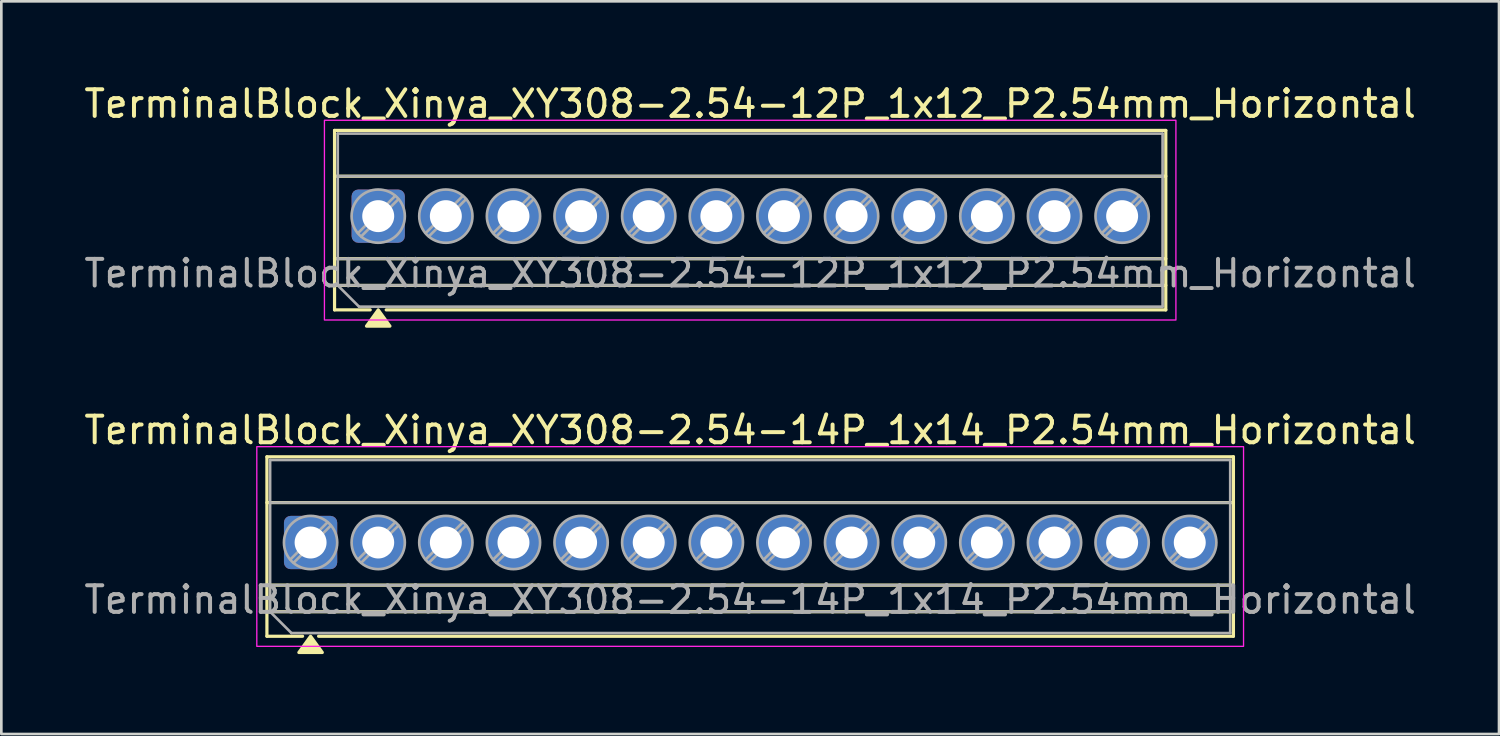
<source format=kicad_pcb>
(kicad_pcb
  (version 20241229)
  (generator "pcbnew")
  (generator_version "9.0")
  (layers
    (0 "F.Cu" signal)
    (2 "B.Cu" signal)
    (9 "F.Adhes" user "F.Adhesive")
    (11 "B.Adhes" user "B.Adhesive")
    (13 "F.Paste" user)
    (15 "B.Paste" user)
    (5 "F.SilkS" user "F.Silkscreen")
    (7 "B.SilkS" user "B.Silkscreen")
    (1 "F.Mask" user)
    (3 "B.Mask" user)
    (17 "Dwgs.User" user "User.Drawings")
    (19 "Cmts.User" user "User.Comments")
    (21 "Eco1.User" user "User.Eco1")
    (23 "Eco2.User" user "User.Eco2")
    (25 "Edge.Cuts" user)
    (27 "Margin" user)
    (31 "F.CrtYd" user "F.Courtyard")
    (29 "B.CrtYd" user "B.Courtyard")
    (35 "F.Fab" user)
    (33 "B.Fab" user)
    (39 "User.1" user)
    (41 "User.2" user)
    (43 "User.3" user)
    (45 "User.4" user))
  (footprint "TerminalBlock_Xinya_XY308-2.54-12P_1x12_P2.54mm_Horizontal"
    (layer "F.Cu")
    (at 11.155 5.068)
    (property "Reference" "TerminalBlock_Xinya_XY308-2.54-12P_1x12_P2.54mm_Horizontal" (at 13.97 -4.22 0) (layer "F.SilkS") (effects (font (size 1 1) (thickness 0.15))))
    (attr through_hole)
    (fp_line (start -1.64 -3.22) (end 29.58 -3.22) (stroke (width 0.12) (type solid)) (layer "F.SilkS"))
    (fp_line (start -1.64 -1.5) (end 29.58 -1.5) (stroke (width 0.12) (type solid)) (layer "F.SilkS"))
    (fp_line (start -1.64 1.6) (end 29.58 1.6) (stroke (width 0.12) (type solid)) (layer "F.SilkS"))
    (fp_line (start -1.64 2.6) (end 29.58 2.6) (stroke (width 0.12) (type solid)) (layer "F.SilkS"))
    (fp_line (start -1.64 3.52) (end -1.64 -3.22) (stroke (width 0.12) (type solid)) (layer "F.SilkS"))
    (fp_line (start -0.3 3.52) (end -1.64 3.52) (stroke (width 0.12) (type solid)) (layer "F.SilkS"))
    (fp_line (start 29.58 -3.22) (end 29.58 3.52) (stroke (width 0.12) (type solid)) (layer "F.SilkS"))
    (fp_line (start 29.58 3.52) (end 0.3 3.52) (stroke (width 0.12) (type solid)) (layer "F.SilkS"))
    (fp_poly (pts (xy 0 3.52) (xy 0.44 4.13) (xy -0.44 4.13)) (stroke (width 0.12) (type solid)) (fill yes) (layer "F.SilkS"))
    (fp_rect (start -2.02 -3.6) (end 29.96 3.9) (stroke (width 0.05) (type solid)) (fill no) (layer "F.CrtYd"))
    (fp_line (start -1.52 -3.1) (end 29.46 -3.1) (stroke (width 0.1) (type solid)) (layer "F.Fab"))
    (fp_line (start -1.52 -1.5) (end 29.46 -1.5) (stroke (width 0.1) (type solid)) (layer "F.Fab"))
    (fp_line (start -1.52 1.6) (end 29.46 1.6) (stroke (width 0.1) (type solid)) (layer "F.Fab"))
    (fp_line (start -1.52 2.6) (end -1.52 -3.1) (stroke (width 0.1) (type solid)) (layer "F.Fab"))
    (fp_line (start -1.52 2.6) (end 29.46 2.6) (stroke (width 0.1) (type solid)) (layer "F.Fab"))
    (fp_line (start -0.72 3.4) (end -1.52 2.6) (stroke (width 0.1) (type solid)) (layer "F.Fab"))
    (fp_line (start 0.636 -0.758) (end -0.758 0.636) (stroke (width 0.1) (type solid)) (layer "F.Fab"))
    (fp_line (start 0.758 -0.636) (end -0.636 0.758) (stroke (width 0.1) (type solid)) (layer "F.Fab"))
    (fp_line (start 3.176 -0.758) (end 1.782 0.636) (stroke (width 0.1) (type solid)) (layer "F.Fab"))
    (fp_line (start 3.298 -0.636) (end 1.904 0.758) (stroke (width 0.1) (type solid)) (layer "F.Fab"))
    (fp_line (start 5.716 -0.758) (end 4.322 0.636) (stroke (width 0.1) (type solid)) (layer "F.Fab"))
    (fp_line (start 5.838 -0.636) (end 4.444 0.758) (stroke (width 0.1) (type solid)) (layer "F.Fab"))
    (fp_line (start 8.256 -0.758) (end 6.862 0.636) (stroke (width 0.1) (type solid)) (layer "F.Fab"))
    (fp_line (start 8.378 -0.636) (end 6.984 0.758) (stroke (width 0.1) (type solid)) (layer "F.Fab"))
    (fp_line (start 10.796 -0.758) (end 9.402 0.636) (stroke (width 0.1) (type solid)) (layer "F.Fab"))
    (fp_line (start 10.918 -0.636) (end 9.524 0.758) (stroke (width 0.1) (type solid)) (layer "F.Fab"))
    (fp_line (start 13.336 -0.758) (end 11.942 0.636) (stroke (width 0.1) (type solid)) (layer "F.Fab"))
    (fp_line (start 13.458 -0.636) (end 12.064 0.758) (stroke (width 0.1) (type solid)) (layer "F.Fab"))
    (fp_line (start 15.876 -0.758) (end 14.482 0.636) (stroke (width 0.1) (type solid)) (layer "F.Fab"))
    (fp_line (start 15.998 -0.636) (end 14.604 0.758) (stroke (width 0.1) (type solid)) (layer "F.Fab"))
    (fp_line (start 18.416 -0.758) (end 17.022 0.636) (stroke (width 0.1) (type solid)) (layer "F.Fab"))
    (fp_line (start 18.538 -0.636) (end 17.144 0.758) (stroke (width 0.1) (type solid)) (layer "F.Fab"))
    (fp_line (start 20.956 -0.758) (end 19.562 0.636) (stroke (width 0.1) (type solid)) (layer "F.Fab"))
    (fp_line (start 21.078 -0.636) (end 19.684 0.758) (stroke (width 0.1) (type solid)) (layer "F.Fab"))
    (fp_line (start 23.496 -0.758) (end 22.102 0.636) (stroke (width 0.1) (type solid)) (layer "F.Fab"))
    (fp_line (start 23.618 -0.636) (end 22.224 0.758) (stroke (width 0.1) (type solid)) (layer "F.Fab"))
    (fp_line (start 26.036 -0.758) (end 24.642 0.636) (stroke (width 0.1) (type solid)) (layer "F.Fab"))
    (fp_line (start 26.158 -0.636) (end 24.764 0.758) (stroke (width 0.1) (type solid)) (layer "F.Fab"))
    (fp_line (start 28.576 -0.758) (end 27.182 0.636) (stroke (width 0.1) (type solid)) (layer "F.Fab"))
    (fp_line (start 28.698 -0.636) (end 27.304 0.758) (stroke (width 0.1) (type solid)) (layer "F.Fab"))
    (fp_line (start 29.46 -3.1) (end 29.46 3.4) (stroke (width 0.1) (type solid)) (layer "F.Fab"))
    (fp_line (start 29.46 3.4) (end -0.72 3.4) (stroke (width 0.1) (type solid)) (layer "F.Fab"))
    (fp_circle (center 0 0) (end 1 0) (stroke (width 0.1) (type solid)) (fill no) (layer "F.Fab"))
    (fp_circle (center 2.54 0) (end 3.54 0) (stroke (width 0.1) (type solid)) (fill no) (layer "F.Fab"))
    (fp_circle (center 5.08 0) (end 6.08 0) (stroke (width 0.1) (type solid)) (fill no) (layer "F.Fab"))
    (fp_circle (center 7.62 0) (end 8.62 0) (stroke (width 0.1) (type solid)) (fill no) (layer "F.Fab"))
    (fp_circle (center 10.16 0) (end 11.16 0) (stroke (width 0.1) (type solid)) (fill no) (layer "F.Fab"))
    (fp_circle (center 12.7 0) (end 13.7 0) (stroke (width 0.1) (type solid)) (fill no) (layer "F.Fab"))
    (fp_circle (center 15.24 0) (end 16.24 0) (stroke (width 0.1) (type solid)) (fill no) (layer "F.Fab"))
    (fp_circle (center 17.78 0) (end 18.78 0) (stroke (width 0.1) (type solid)) (fill no) (layer "F.Fab"))
    (fp_circle (center 20.32 0) (end 21.32 0) (stroke (width 0.1) (type solid)) (fill no) (layer "F.Fab"))
    (fp_circle (center 22.86 0) (end 23.86 0) (stroke (width 0.1) (type solid)) (fill no) (layer "F.Fab"))
    (fp_circle (center 25.4 0) (end 26.4 0) (stroke (width 0.1) (type solid)) (fill no) (layer "F.Fab"))
    (fp_circle (center 27.94 0) (end 28.94 0) (stroke (width 0.1) (type solid)) (fill no) (layer "F.Fab"))
    (fp_text user "${REFERENCE}" (at 13.97 2.15 0) (layer "F.Fab") (effects (font (size 1 1) (thickness 0.15))))
    (pad "1" thru_hole roundrect (at 0 0) (size 2 2) (drill 1.2) (layers "*.Cu" "*.Mask") (roundrect_rratio 0.125))
    (pad "2" thru_hole circle (at 2.54 0) (size 2 2) (drill 1.2) (layers "*.Cu" "*.Mask"))
    (pad "3" thru_hole circle (at 5.08 0) (size 2 2) (drill 1.2) (layers "*.Cu" "*.Mask"))
    (pad "4" thru_hole circle (at 7.62 0) (size 2 2) (drill 1.2) (layers "*.Cu" "*.Mask"))
    (pad "5" thru_hole circle (at 10.16 0) (size 2 2) (drill 1.2) (layers "*.Cu" "*.Mask"))
    (pad "6" thru_hole circle (at 12.7 0) (size 2 2) (drill 1.2) (layers "*.Cu" "*.Mask"))
    (pad "7" thru_hole circle (at 15.24 0) (size 2 2) (drill 1.2) (layers "*.Cu" "*.Mask"))
    (pad "8" thru_hole circle (at 17.78 0) (size 2 2) (drill 1.2) (layers "*.Cu" "*.Mask"))
    (pad "9" thru_hole circle (at 20.32 0) (size 2 2) (drill 1.2) (layers "*.Cu" "*.Mask"))
    (pad "10" thru_hole circle (at 22.86 0) (size 2 2) (drill 1.2) (layers "*.Cu" "*.Mask"))
    (pad "11" thru_hole circle (at 25.4 0) (size 2 2) (drill 1.2) (layers "*.Cu" "*.Mask"))
    (pad "12" thru_hole circle (at 27.94 0) (size 2 2) (drill 1.2) (layers "*.Cu" "*.Mask")))
  (footprint "TerminalBlock_Xinya_XY308-2.54-14P_1x14_P2.54mm_Horizontal"
    (layer "F.Cu")
    (at 8.615 17.326)
    (property "Reference" "TerminalBlock_Xinya_XY308-2.54-14P_1x14_P2.54mm_Horizontal" (at 16.51 -4.22 0) (layer "F.SilkS") (effects (font (size 1 1) (thickness 0.15))))
    (attr through_hole)
    (fp_line (start -1.64 -3.22) (end 34.66 -3.22) (stroke (width 0.12) (type solid)) (layer "F.SilkS"))
    (fp_line (start -1.64 -1.5) (end 34.66 -1.5) (stroke (width 0.12) (type solid)) (layer "F.SilkS"))
    (fp_line (start -1.64 1.6) (end 34.66 1.6) (stroke (width 0.12) (type solid)) (layer "F.SilkS"))
    (fp_line (start -1.64 2.6) (end 34.66 2.6) (stroke (width 0.12) (type solid)) (layer "F.SilkS"))
    (fp_line (start -1.64 3.52) (end -1.64 -3.22) (stroke (width 0.12) (type solid)) (layer "F.SilkS"))
    (fp_line (start -0.3 3.52) (end -1.64 3.52) (stroke (width 0.12) (type solid)) (layer "F.SilkS"))
    (fp_line (start 34.66 -3.22) (end 34.66 3.52) (stroke (width 0.12) (type solid)) (layer "F.SilkS"))
    (fp_line (start 34.66 3.52) (end 0.3 3.52) (stroke (width 0.12) (type solid)) (layer "F.SilkS"))
    (fp_poly (pts (xy 0 3.52) (xy 0.44 4.13) (xy -0.44 4.13)) (stroke (width 0.12) (type solid)) (fill yes) (layer "F.SilkS"))
    (fp_rect (start -2.02 -3.6) (end 35.04 3.9) (stroke (width 0.05) (type solid)) (fill no) (layer "F.CrtYd"))
    (fp_line (start -1.52 -3.1) (end 34.54 -3.1) (stroke (width 0.1) (type solid)) (layer "F.Fab"))
    (fp_line (start -1.52 -1.5) (end 34.54 -1.5) (stroke (width 0.1) (type solid)) (layer "F.Fab"))
    (fp_line (start -1.52 1.6) (end 34.54 1.6) (stroke (width 0.1) (type solid)) (layer "F.Fab"))
    (fp_line (start -1.52 2.6) (end -1.52 -3.1) (stroke (width 0.1) (type solid)) (layer "F.Fab"))
    (fp_line (start -1.52 2.6) (end 34.54 2.6) (stroke (width 0.1) (type solid)) (layer "F.Fab"))
    (fp_line (start -0.72 3.4) (end -1.52 2.6) (stroke (width 0.1) (type solid)) (layer "F.Fab"))
    (fp_line (start 0.636 -0.758) (end -0.758 0.636) (stroke (width 0.1) (type solid)) (layer "F.Fab"))
    (fp_line (start 0.758 -0.636) (end -0.636 0.758) (stroke (width 0.1) (type solid)) (layer "F.Fab"))
    (fp_line (start 3.176 -0.758) (end 1.782 0.636) (stroke (width 0.1) (type solid)) (layer "F.Fab"))
    (fp_line (start 3.298 -0.636) (end 1.904 0.758) (stroke (width 0.1) (type solid)) (layer "F.Fab"))
    (fp_line (start 5.716 -0.758) (end 4.322 0.636) (stroke (width 0.1) (type solid)) (layer "F.Fab"))
    (fp_line (start 5.838 -0.636) (end 4.444 0.758) (stroke (width 0.1) (type solid)) (layer "F.Fab"))
    (fp_line (start 8.256 -0.758) (end 6.862 0.636) (stroke (width 0.1) (type solid)) (layer "F.Fab"))
    (fp_line (start 8.378 -0.636) (end 6.984 0.758) (stroke (width 0.1) (type solid)) (layer "F.Fab"))
    (fp_line (start 10.796 -0.758) (end 9.402 0.636) (stroke (width 0.1) (type solid)) (layer "F.Fab"))
    (fp_line (start 10.918 -0.636) (end 9.524 0.758) (stroke (width 0.1) (type solid)) (layer "F.Fab"))
    (fp_line (start 13.336 -0.758) (end 11.942 0.636) (stroke (width 0.1) (type solid)) (layer "F.Fab"))
    (fp_line (start 13.458 -0.636) (end 12.064 0.758) (stroke (width 0.1) (type solid)) (layer "F.Fab"))
    (fp_line (start 15.876 -0.758) (end 14.482 0.636) (stroke (width 0.1) (type solid)) (layer "F.Fab"))
    (fp_line (start 15.998 -0.636) (end 14.604 0.758) (stroke (width 0.1) (type solid)) (layer "F.Fab"))
    (fp_line (start 18.416 -0.758) (end 17.022 0.636) (stroke (width 0.1) (type solid)) (layer "F.Fab"))
    (fp_line (start 18.538 -0.636) (end 17.144 0.758) (stroke (width 0.1) (type solid)) (layer "F.Fab"))
    (fp_line (start 20.956 -0.758) (end 19.562 0.636) (stroke (width 0.1) (type solid)) (layer "F.Fab"))
    (fp_line (start 21.078 -0.636) (end 19.684 0.758) (stroke (width 0.1) (type solid)) (layer "F.Fab"))
    (fp_line (start 23.496 -0.758) (end 22.102 0.636) (stroke (width 0.1) (type solid)) (layer "F.Fab"))
    (fp_line (start 23.618 -0.636) (end 22.224 0.758) (stroke (width 0.1) (type solid)) (layer "F.Fab"))
    (fp_line (start 26.036 -0.758) (end 24.642 0.636) (stroke (width 0.1) (type solid)) (layer "F.Fab"))
    (fp_line (start 26.158 -0.636) (end 24.764 0.758) (stroke (width 0.1) (type solid)) (layer "F.Fab"))
    (fp_line (start 28.576 -0.758) (end 27.182 0.636) (stroke (width 0.1) (type solid)) (layer "F.Fab"))
    (fp_line (start 28.698 -0.636) (end 27.304 0.758) (stroke (width 0.1) (type solid)) (layer "F.Fab"))
    (fp_line (start 31.116 -0.758) (end 29.722 0.636) (stroke (width 0.1) (type solid)) (layer "F.Fab"))
    (fp_line (start 31.238 -0.636) (end 29.844 0.758) (stroke (width 0.1) (type solid)) (layer "F.Fab"))
    (fp_line (start 33.656 -0.758) (end 32.262 0.636) (stroke (width 0.1) (type solid)) (layer "F.Fab"))
    (fp_line (start 33.778 -0.636) (end 32.384 0.758) (stroke (width 0.1) (type solid)) (layer "F.Fab"))
    (fp_line (start 34.54 -3.1) (end 34.54 3.4) (stroke (width 0.1) (type solid)) (layer "F.Fab"))
    (fp_line (start 34.54 3.4) (end -0.72 3.4) (stroke (width 0.1) (type solid)) (layer "F.Fab"))
    (fp_circle (center 0 0) (end 1 0) (stroke (width 0.1) (type solid)) (fill no) (layer "F.Fab"))
    (fp_circle (center 2.54 0) (end 3.54 0) (stroke (width 0.1) (type solid)) (fill no) (layer "F.Fab"))
    (fp_circle (center 5.08 0) (end 6.08 0) (stroke (width 0.1) (type solid)) (fill no) (layer "F.Fab"))
    (fp_circle (center 7.62 0) (end 8.62 0) (stroke (width 0.1) (type solid)) (fill no) (layer "F.Fab"))
    (fp_circle (center 10.16 0) (end 11.16 0) (stroke (width 0.1) (type solid)) (fill no) (layer "F.Fab"))
    (fp_circle (center 12.7 0) (end 13.7 0) (stroke (width 0.1) (type solid)) (fill no) (layer "F.Fab"))
    (fp_circle (center 15.24 0) (end 16.24 0) (stroke (width 0.1) (type solid)) (fill no) (layer "F.Fab"))
    (fp_circle (center 17.78 0) (end 18.78 0) (stroke (width 0.1) (type solid)) (fill no) (layer "F.Fab"))
    (fp_circle (center 20.32 0) (end 21.32 0) (stroke (width 0.1) (type solid)) (fill no) (layer "F.Fab"))
    (fp_circle (center 22.86 0) (end 23.86 0) (stroke (width 0.1) (type solid)) (fill no) (layer "F.Fab"))
    (fp_circle (center 25.4 0) (end 26.4 0) (stroke (width 0.1) (type solid)) (fill no) (layer "F.Fab"))
    (fp_circle (center 27.94 0) (end 28.94 0) (stroke (width 0.1) (type solid)) (fill no) (layer "F.Fab"))
    (fp_circle (center 30.48 0) (end 31.48 0) (stroke (width 0.1) (type solid)) (fill no) (layer "F.Fab"))
    (fp_circle (center 33.02 0) (end 34.02 0) (stroke (width 0.1) (type solid)) (fill no) (layer "F.Fab"))
    (fp_text user "${REFERENCE}" (at 16.51 2.15 0) (layer "F.Fab") (effects (font (size 1 1) (thickness 0.15))))
    (pad "1" thru_hole roundrect (at 0 0) (size 2 2) (drill 1.2) (layers "*.Cu" "*.Mask") (roundrect_rratio 0.125))
    (pad "2" thru_hole circle (at 2.54 0) (size 2 2) (drill 1.2) (layers "*.Cu" "*.Mask"))
    (pad "3" thru_hole circle (at 5.08 0) (size 2 2) (drill 1.2) (layers "*.Cu" "*.Mask"))
    (pad "4" thru_hole circle (at 7.62 0) (size 2 2) (drill 1.2) (layers "*.Cu" "*.Mask"))
    (pad "5" thru_hole circle (at 10.16 0) (size 2 2) (drill 1.2) (layers "*.Cu" "*.Mask"))
    (pad "6" thru_hole circle (at 12.7 0) (size 2 2) (drill 1.2) (layers "*.Cu" "*.Mask"))
    (pad "7" thru_hole circle (at 15.24 0) (size 2 2) (drill 1.2) (layers "*.Cu" "*.Mask"))
    (pad "8" thru_hole circle (at 17.78 0) (size 2 2) (drill 1.2) (layers "*.Cu" "*.Mask"))
    (pad "9" thru_hole circle (at 20.32 0) (size 2 2) (drill 1.2) (layers "*.Cu" "*.Mask"))
    (pad "10" thru_hole circle (at 22.86 0) (size 2 2) (drill 1.2) (layers "*.Cu" "*.Mask"))
    (pad "11" thru_hole circle (at 25.4 0) (size 2 2) (drill 1.2) (layers "*.Cu" "*.Mask"))
    (pad "12" thru_hole circle (at 27.94 0) (size 2 2) (drill 1.2) (layers "*.Cu" "*.Mask"))
    (pad "13" thru_hole circle (at 30.48 0) (size 2 2) (drill 1.2) (layers "*.Cu" "*.Mask"))
    (pad "14" thru_hole circle (at 33.02 0) (size 2 2) (drill 1.2) (layers "*.Cu" "*.Mask")))
  (gr_rect
    (start -3 -3)
    (end 53.25 24.517)
    (stroke (width 0.1) (type default))
    (fill no)
    (layer "Edge.Cuts")))
</source>
